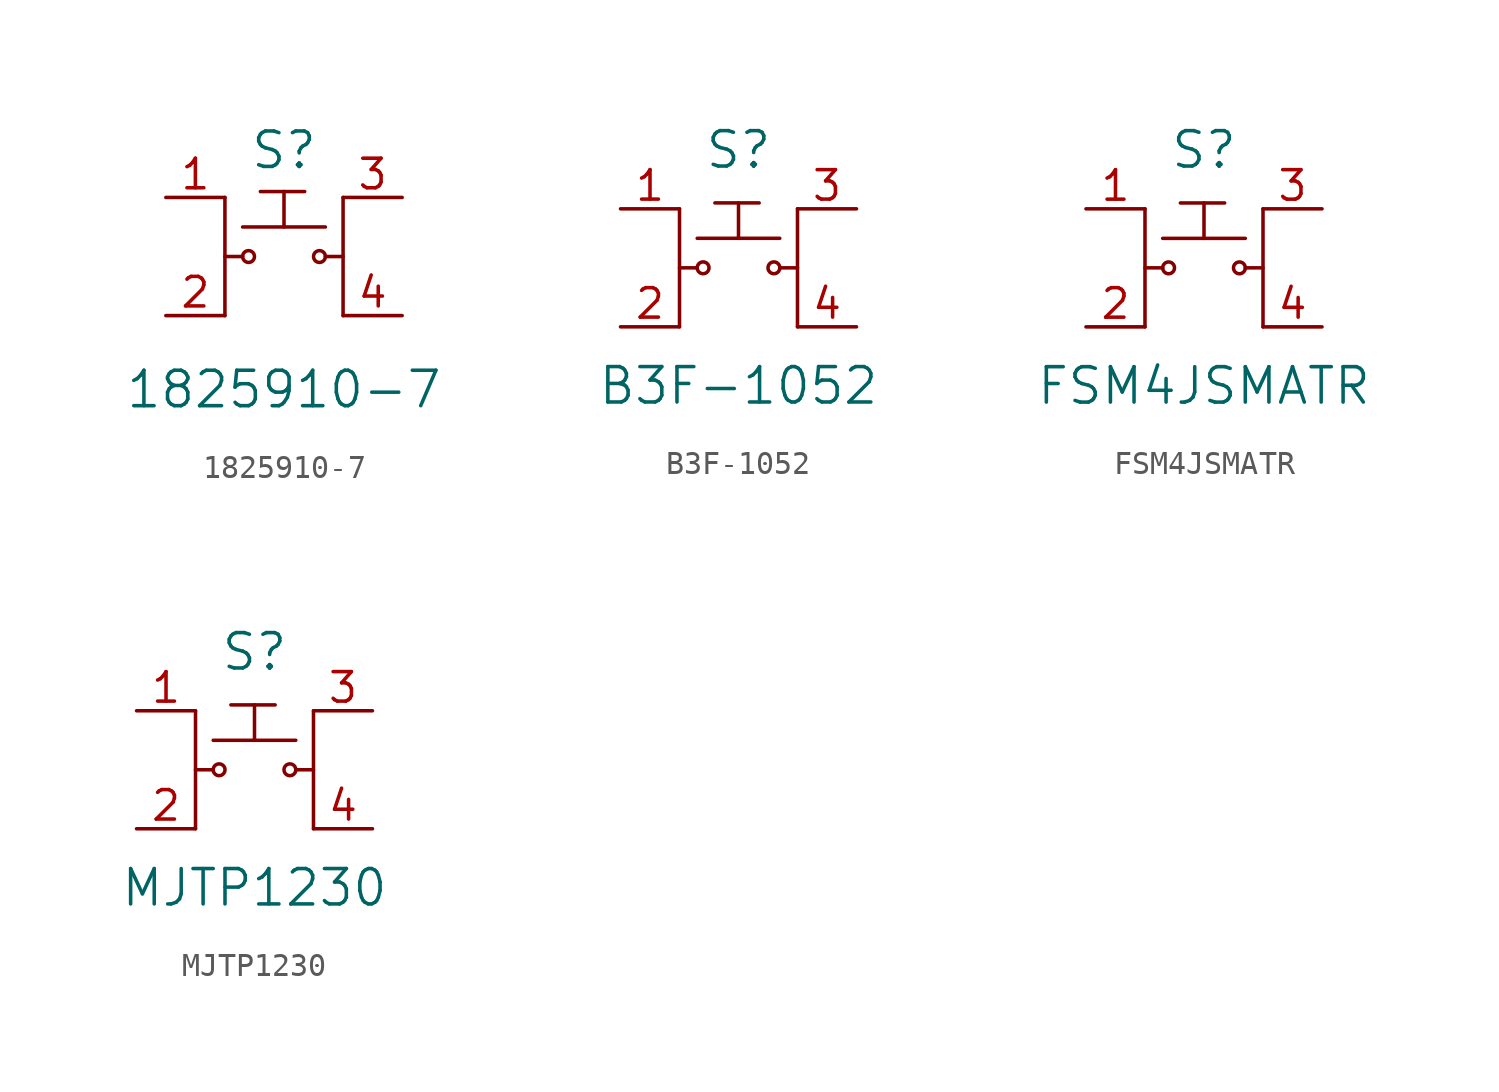
<source format=kicad_sym>
(kicad_symbol_lib
  (version 20231120)
  (generator "kicad_symbol_editor")
  (generator_version "8.0")
  (symbol "1825910-7"
    (pin_names
      (offset 1.016))
    (property "Reference" "S"
      (at 0 4.572 0)
      (effects (font (size 1.524 1.524))))
    (property "Value" "1825910-7"
      (at 0 -5.715 0)
      (effects (font (size 1.524 1.524))))
    (symbol "1825910-7_0_1"
      (circle (center -1.524 0) (radius 0.254) (stroke (width 0) (type solid)) (fill (type none)))
      (polyline (pts (xy -2.54 2.54) (xy -2.54 -2.54)) (stroke (width 0) (type solid)) (fill (type none)))
      (polyline (pts (xy -1.778 0) (xy -2.54 0)) (stroke (width 0) (type solid)) (fill (type none)))
      (polyline (pts (xy -1.778 1.27) (xy 1.778 1.27)) (stroke (width 0) (type solid)) (fill (type none)))
      (polyline (pts (xy 2.54 -2.54) (xy 2.54 2.54)) (stroke (width 0) (type solid)) (fill (type none)))
      (polyline (pts (xy 2.54 0) (xy 1.778 0)) (stroke (width 0) (type solid)) (fill (type none)))
      (circle (center 1.524 0) (radius 0.254) (stroke (width 0) (type solid)) (fill (type none))))
    (symbol "1825910-7_1_1"
      (polyline (pts (xy -1.016 2.794) (xy 0.889 2.794)) (stroke (width 0) (type solid)) (fill (type none)))
      (polyline (pts (xy 0 2.794) (xy 0 1.27)) (stroke (width 0) (type solid)) (fill (type none)))
      (pin passive line (at -5.08 2.54 0) (length 2.54) (name "~" (effects (font (size 1.27 1.27)))) (number "1" (effects (font (size 1.27 1.27)))))
      (pin passive line (at -5.08 -2.54 0) (length 2.54) (name "~" (effects (font (size 1.27 1.27)))) (number "2" (effects (font (size 1.27 1.27)))))
      (pin passive line (at 5.08 2.54 180) (length 2.54) (name "~" (effects (font (size 1.27 1.27)))) (number "3" (effects (font (size 1.27 1.27)))))
      (pin passive line (at 5.08 -2.54 180) (length 2.54) (name "~" (effects (font (size 1.27 1.27)))) (number "4" (effects (font (size 1.27 1.27)))))))
  (symbol "B3F-1052"
    (pin_names
      (offset 1.016))
    (property "Reference" "S"
      (at 0 5.08 0)
      (effects (font (size 1.524 1.524))))
    (property "Value" "B3F-1052"
      (at 0 -5.08 0)
      (effects (font (size 1.524 1.524))))
    (symbol "B3F-1052_0_1"
      (circle (center -1.524 0) (radius 0.254) (stroke (width 0) (type solid)) (fill (type none)))
      (polyline (pts (xy -2.54 2.54) (xy -2.54 -2.54)) (stroke (width 0) (type solid)) (fill (type none)))
      (polyline (pts (xy -1.778 0) (xy -2.54 0)) (stroke (width 0) (type solid)) (fill (type none)))
      (polyline (pts (xy -1.778 1.27) (xy 1.778 1.27)) (stroke (width 0) (type solid)) (fill (type none)))
      (polyline (pts (xy 2.54 -2.54) (xy 2.54 2.54)) (stroke (width 0) (type solid)) (fill (type none)))
      (polyline (pts (xy 2.54 0) (xy 1.778 0)) (stroke (width 0) (type solid)) (fill (type none)))
      (circle (center 1.524 0) (radius 0.254) (stroke (width 0) (type solid)) (fill (type none))))
    (symbol "B3F-1052_1_1"
      (polyline (pts (xy -1.016 2.794) (xy 0.889 2.794)) (stroke (width 0) (type solid)) (fill (type none)))
      (polyline (pts (xy 0 2.794) (xy 0 1.27)) (stroke (width 0) (type solid)) (fill (type none)))
      (pin passive line (at -5.08 2.54 0) (length 2.54) (name "~" (effects (font (size 1.27 1.27)))) (number "1" (effects (font (size 1.27 1.27)))))
      (pin passive line (at -5.08 -2.54 0) (length 2.54) (name "~" (effects (font (size 1.27 1.27)))) (number "2" (effects (font (size 1.27 1.27)))))
      (pin passive line (at 5.08 2.54 180) (length 2.54) (name "~" (effects (font (size 1.27 1.27)))) (number "3" (effects (font (size 1.27 1.27)))))
      (pin passive line (at 5.08 -2.54 180) (length 2.54) (name "~" (effects (font (size 1.27 1.27)))) (number "4" (effects (font (size 1.27 1.27)))))))
  (symbol "FSM4JSMATR"
    (pin_names
      (offset 1.016))
    (property "Reference" "S"
      (at 0 5.08 0)
      (effects (font (size 1.524 1.524))))
    (property "Value" "FSM4JSMATR"
      (at 0 -5.08 0)
      (effects (font (size 1.524 1.524))))
    (symbol "FSM4JSMATR_0_1"
      (circle (center -1.524 0) (radius 0.254) (stroke (width 0) (type solid)) (fill (type none)))
      (polyline (pts (xy -2.54 2.54) (xy -2.54 -2.54)) (stroke (width 0) (type solid)) (fill (type none)))
      (polyline (pts (xy -1.778 0) (xy -2.54 0)) (stroke (width 0) (type solid)) (fill (type none)))
      (polyline (pts (xy -1.778 1.27) (xy 1.778 1.27)) (stroke (width 0) (type solid)) (fill (type none)))
      (polyline (pts (xy 2.54 -2.54) (xy 2.54 2.54)) (stroke (width 0) (type solid)) (fill (type none)))
      (polyline (pts (xy 2.54 0) (xy 1.778 0)) (stroke (width 0) (type solid)) (fill (type none)))
      (circle (center 1.524 0) (radius 0.254) (stroke (width 0) (type solid)) (fill (type none))))
    (symbol "FSM4JSMATR_1_1"
      (polyline (pts (xy -1.016 2.794) (xy 0.889 2.794)) (stroke (width 0) (type solid)) (fill (type none)))
      (polyline (pts (xy 0 2.794) (xy 0 1.27)) (stroke (width 0) (type solid)) (fill (type none)))
      (pin passive line (at -5.08 2.54 0) (length 2.54) (name "~" (effects (font (size 1.27 1.27)))) (number "1" (effects (font (size 1.27 1.27)))))
      (pin passive line (at -5.08 -2.54 0) (length 2.54) (name "~" (effects (font (size 1.27 1.27)))) (number "2" (effects (font (size 1.27 1.27)))))
      (pin passive line (at 5.08 2.54 180) (length 2.54) (name "~" (effects (font (size 1.27 1.27)))) (number "3" (effects (font (size 1.27 1.27)))))
      (pin passive line (at 5.08 -2.54 180) (length 2.54) (name "~" (effects (font (size 1.27 1.27)))) (number "4" (effects (font (size 1.27 1.27)))))))
  (symbol "MJTP1230"
    (pin_names
      (offset 1.016))
    (property "Reference" "S"
      (at 0 5.08 0)
      (effects (font (size 1.524 1.524))))
    (property "Value" "MJTP1230"
      (at 0 -5.08 0)
      (effects (font (size 1.524 1.524))))
    (symbol "MJTP1230_0_1"
      (circle (center -1.524 0) (radius 0.254) (stroke (width 0) (type solid)) (fill (type none)))
      (polyline (pts (xy -2.54 2.54) (xy -2.54 -2.54)) (stroke (width 0) (type solid)) (fill (type none)))
      (polyline (pts (xy -1.778 0) (xy -2.54 0)) (stroke (width 0) (type solid)) (fill (type none)))
      (polyline (pts (xy -1.778 1.27) (xy 1.778 1.27)) (stroke (width 0) (type solid)) (fill (type none)))
      (polyline (pts (xy 2.54 -2.54) (xy 2.54 2.54)) (stroke (width 0) (type solid)) (fill (type none)))
      (polyline (pts (xy 2.54 0) (xy 1.778 0)) (stroke (width 0) (type solid)) (fill (type none)))
      (circle (center 1.524 0) (radius 0.254) (stroke (width 0) (type solid)) (fill (type none))))
    (symbol "MJTP1230_1_1"
      (polyline (pts (xy -1.016 2.794) (xy 0.889 2.794)) (stroke (width 0) (type solid)) (fill (type none)))
      (polyline (pts (xy 0 2.794) (xy 0 1.27)) (stroke (width 0) (type solid)) (fill (type none)))
      (pin passive line (at -5.08 2.54 0) (length 2.54) (name "~" (effects (font (size 1.27 1.27)))) (number "1" (effects (font (size 1.27 1.27)))))
      (pin passive line (at -5.08 -2.54 0) (length 2.54) (name "~" (effects (font (size 1.27 1.27)))) (number "2" (effects (font (size 1.27 1.27)))))
      (pin passive line (at 5.08 2.54 180) (length 2.54) (name "~" (effects (font (size 1.27 1.27)))) (number "3" (effects (font (size 1.27 1.27)))))
      (pin passive line (at 5.08 -2.54 180) (length 2.54) (name "~" (effects (font (size 1.27 1.27)))) (number "4" (effects (font (size 1.27 1.27))))))))
</source>
